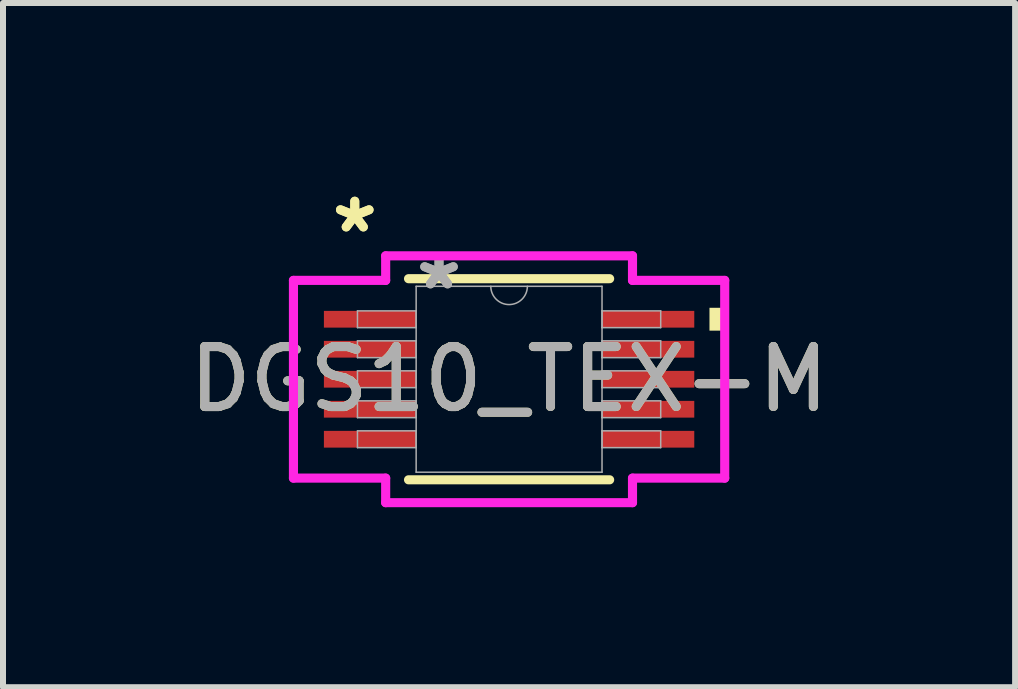
<source format=kicad_pcb>
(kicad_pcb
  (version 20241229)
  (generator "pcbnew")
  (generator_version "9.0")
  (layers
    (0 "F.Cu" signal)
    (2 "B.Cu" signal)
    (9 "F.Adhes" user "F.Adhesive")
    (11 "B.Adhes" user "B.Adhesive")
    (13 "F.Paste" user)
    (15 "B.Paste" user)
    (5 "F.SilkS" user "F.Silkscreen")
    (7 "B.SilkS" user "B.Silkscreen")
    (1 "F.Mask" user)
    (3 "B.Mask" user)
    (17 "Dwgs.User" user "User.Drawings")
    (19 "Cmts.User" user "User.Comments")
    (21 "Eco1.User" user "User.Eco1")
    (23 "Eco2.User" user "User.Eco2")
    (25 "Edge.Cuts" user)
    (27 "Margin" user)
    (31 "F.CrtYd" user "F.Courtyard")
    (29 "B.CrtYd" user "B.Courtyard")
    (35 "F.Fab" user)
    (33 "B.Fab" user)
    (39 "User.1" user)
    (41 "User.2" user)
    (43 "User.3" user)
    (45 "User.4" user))
  (footprint "DGS10_TEX-M"
    (layer "F.Cu")
    (at 5.435 3.271)
    (property "Reference" "DGS10_TEX-M" (at 0 0 0) (unlocked yes) (layer "F.SilkS") (effects (font (size 1 1) (thickness 0.15))))
    (attr smd)
    (fp_line (start -1.676 1.676) (end 1.676 1.676) (stroke (width 0.152) (type solid)) (layer "F.SilkS"))
    (fp_line (start 1.676 -1.676) (end -1.676 -1.676) (stroke (width 0.152) (type solid)) (layer "F.SilkS"))
    (fp_poly (pts (xy 3.594 -1.191) (xy 3.594 -0.81) (xy 3.34 -0.81) (xy 3.34 -1.191)) (stroke (width 0) (type solid)) (fill yes) (layer "F.SilkS"))
    (fp_line (start -3.594 -1.648) (end -2.057 -1.648) (stroke (width 0.152) (type solid)) (layer "F.CrtYd"))
    (fp_line (start -3.594 1.648) (end -3.594 -1.648) (stroke (width 0.152) (type solid)) (layer "F.CrtYd"))
    (fp_line (start -3.594 1.648) (end -2.057 1.648) (stroke (width 0.152) (type solid)) (layer "F.CrtYd"))
    (fp_line (start -2.057 -2.057) (end 2.057 -2.057) (stroke (width 0.152) (type solid)) (layer "F.CrtYd"))
    (fp_line (start -2.057 -1.648) (end -2.057 -2.057) (stroke (width 0.152) (type solid)) (layer "F.CrtYd"))
    (fp_line (start -2.057 2.057) (end -2.057 1.648) (stroke (width 0.152) (type solid)) (layer "F.CrtYd"))
    (fp_line (start 2.057 -2.057) (end 2.057 -1.648) (stroke (width 0.152) (type solid)) (layer "F.CrtYd"))
    (fp_line (start 2.057 1.648) (end 2.057 2.057) (stroke (width 0.152) (type solid)) (layer "F.CrtYd"))
    (fp_line (start 2.057 2.057) (end -2.057 2.057) (stroke (width 0.152) (type solid)) (layer "F.CrtYd"))
    (fp_line (start 3.594 -1.648) (end 2.057 -1.648) (stroke (width 0.152) (type solid)) (layer "F.CrtYd"))
    (fp_line (start 3.594 -1.648) (end 3.594 1.648) (stroke (width 0.152) (type solid)) (layer "F.CrtYd"))
    (fp_line (start 3.594 1.648) (end 2.057 1.648) (stroke (width 0.152) (type solid)) (layer "F.CrtYd"))
    (fp_line (start -2.527 -1.14) (end -2.527 -0.86) (stroke (width 0.025) (type solid)) (layer "F.Fab"))
    (fp_line (start -2.527 -0.86) (end -1.549 -0.86) (stroke (width 0.025) (type solid)) (layer "F.Fab"))
    (fp_line (start -2.527 -0.64) (end -2.527 -0.36) (stroke (width 0.025) (type solid)) (layer "F.Fab"))
    (fp_line (start -2.527 -0.36) (end -1.549 -0.36) (stroke (width 0.025) (type solid)) (layer "F.Fab"))
    (fp_line (start -2.527 -0.14) (end -2.527 0.14) (stroke (width 0.025) (type solid)) (layer "F.Fab"))
    (fp_line (start -2.527 0.14) (end -1.549 0.14) (stroke (width 0.025) (type solid)) (layer "F.Fab"))
    (fp_line (start -2.527 0.36) (end -2.527 0.64) (stroke (width 0.025) (type solid)) (layer "F.Fab"))
    (fp_line (start -2.527 0.64) (end -1.549 0.64) (stroke (width 0.025) (type solid)) (layer "F.Fab"))
    (fp_line (start -2.527 0.86) (end -2.527 1.14) (stroke (width 0.025) (type solid)) (layer "F.Fab"))
    (fp_line (start -2.527 1.14) (end -1.549 1.14) (stroke (width 0.025) (type solid)) (layer "F.Fab"))
    (fp_line (start -1.549 -1.549) (end -1.549 1.549) (stroke (width 0.025) (type solid)) (layer "F.Fab"))
    (fp_line (start -1.549 -1.14) (end -2.527 -1.14) (stroke (width 0.025) (type solid)) (layer "F.Fab"))
    (fp_line (start -1.549 -0.86) (end -1.549 -1.14) (stroke (width 0.025) (type solid)) (layer "F.Fab"))
    (fp_line (start -1.549 -0.64) (end -2.527 -0.64) (stroke (width 0.025) (type solid)) (layer "F.Fab"))
    (fp_line (start -1.549 -0.36) (end -1.549 -0.64) (stroke (width 0.025) (type solid)) (layer "F.Fab"))
    (fp_line (start -1.549 -0.14) (end -2.527 -0.14) (stroke (width 0.025) (type solid)) (layer "F.Fab"))
    (fp_line (start -1.549 0.14) (end -1.549 -0.14) (stroke (width 0.025) (type solid)) (layer "F.Fab"))
    (fp_line (start -1.549 0.36) (end -2.527 0.36) (stroke (width 0.025) (type solid)) (layer "F.Fab"))
    (fp_line (start -1.549 0.64) (end -1.549 0.36) (stroke (width 0.025) (type solid)) (layer "F.Fab"))
    (fp_line (start -1.549 0.86) (end -2.527 0.86) (stroke (width 0.025) (type solid)) (layer "F.Fab"))
    (fp_line (start -1.549 1.14) (end -1.549 0.86) (stroke (width 0.025) (type solid)) (layer "F.Fab"))
    (fp_line (start -1.549 1.549) (end 1.549 1.549) (stroke (width 0.025) (type solid)) (layer "F.Fab"))
    (fp_line (start 1.549 -1.549) (end -1.549 -1.549) (stroke (width 0.025) (type solid)) (layer "F.Fab"))
    (fp_line (start 1.549 -1.14) (end 1.549 -0.86) (stroke (width 0.025) (type solid)) (layer "F.Fab"))
    (fp_line (start 1.549 -0.86) (end 2.527 -0.86) (stroke (width 0.025) (type solid)) (layer "F.Fab"))
    (fp_line (start 1.549 -0.64) (end 1.549 -0.36) (stroke (width 0.025) (type solid)) (layer "F.Fab"))
    (fp_line (start 1.549 -0.36) (end 2.527 -0.36) (stroke (width 0.025) (type solid)) (layer "F.Fab"))
    (fp_line (start 1.549 -0.14) (end 1.549 0.14) (stroke (width 0.025) (type solid)) (layer "F.Fab"))
    (fp_line (start 1.549 0.14) (end 2.527 0.14) (stroke (width 0.025) (type solid)) (layer "F.Fab"))
    (fp_line (start 1.549 0.36) (end 1.549 0.64) (stroke (width 0.025) (type solid)) (layer "F.Fab"))
    (fp_line (start 1.549 0.64) (end 2.527 0.64) (stroke (width 0.025) (type solid)) (layer "F.Fab"))
    (fp_line (start 1.549 0.86) (end 1.549 1.14) (stroke (width 0.025) (type solid)) (layer "F.Fab"))
    (fp_line (start 1.549 1.14) (end 2.527 1.14) (stroke (width 0.025) (type solid)) (layer "F.Fab"))
    (fp_line (start 1.549 1.549) (end 1.549 -1.549) (stroke (width 0.025) (type solid)) (layer "F.Fab"))
    (fp_line (start 2.527 -1.14) (end 1.549 -1.14) (stroke (width 0.025) (type solid)) (layer "F.Fab"))
    (fp_line (start 2.527 -0.86) (end 2.527 -1.14) (stroke (width 0.025) (type solid)) (layer "F.Fab"))
    (fp_line (start 2.527 -0.64) (end 1.549 -0.64) (stroke (width 0.025) (type solid)) (layer "F.Fab"))
    (fp_line (start 2.527 -0.36) (end 2.527 -0.64) (stroke (width 0.025) (type solid)) (layer "F.Fab"))
    (fp_line (start 2.527 -0.14) (end 1.549 -0.14) (stroke (width 0.025) (type solid)) (layer "F.Fab"))
    (fp_line (start 2.527 0.14) (end 2.527 -0.14) (stroke (width 0.025) (type solid)) (layer "F.Fab"))
    (fp_line (start 2.527 0.36) (end 1.549 0.36) (stroke (width 0.025) (type solid)) (layer "F.Fab"))
    (fp_line (start 2.527 0.64) (end 2.527 0.36) (stroke (width 0.025) (type solid)) (layer "F.Fab"))
    (fp_line (start 2.527 0.86) (end 1.549 0.86) (stroke (width 0.025) (type solid)) (layer "F.Fab"))
    (fp_line (start 2.527 1.14) (end 2.527 0.86) (stroke (width 0.025) (type solid)) (layer "F.Fab"))
    (fp_arc (start 0.3048 -1.5494) (mid 0 -1.2446) (end -0.3048 -1.5494) (stroke (width 0.0254) (type solid)) (layer "F.Fab"))
    (fp_text user "*" (at -2.572 -2.422 0) (unlocked yes) (layer "F.SilkS") (effects (font (size 1 1) (thickness 0.15))))
    (fp_text user "*" (at -2.572 -2.422 0) (layer "F.SilkS") (effects (font (size 1 1) (thickness 0.15))))
    (fp_text user "*" (at -1.168 -1.473 0) (layer "F.Fab") (effects (font (size 1 1) (thickness 0.15))))
    (fp_text user "${REFERENCE}" (at 0 0 0) (unlocked yes) (layer "F.Fab") (effects (font (size 1 1) (thickness 0.15))))
    (fp_text user "*" (at -1.168 -1.473 0) (unlocked yes) (layer "F.Fab") (effects (font (size 1 1) (thickness 0.15))))
    (pad "1" smd rect (at -2.318 -1) (size 1.537 0.279) (layers "F.Cu" "F.Mask" "F.Paste"))
    (pad "2" smd rect (at -2.318 -0.5) (size 1.537 0.279) (layers "F.Cu" "F.Mask" "F.Paste"))
    (pad "3" smd rect (at -2.318 0) (size 1.537 0.279) (layers "F.Cu" "F.Mask" "F.Paste"))
    (pad "4" smd rect (at -2.318 0.5) (size 1.537 0.279) (layers "F.Cu" "F.Mask" "F.Paste"))
    (pad "5" smd rect (at -2.318 1) (size 1.537 0.279) (layers "F.Cu" "F.Mask" "F.Paste"))
    (pad "6" smd rect (at 2.318 1) (size 1.537 0.279) (layers "F.Cu" "F.Mask" "F.Paste"))
    (pad "7" smd rect (at 2.318 0.5) (size 1.537 0.279) (layers "F.Cu" "F.Mask" "F.Paste"))
    (pad "8" smd rect (at 2.318 0) (size 1.537 0.279) (layers "F.Cu" "F.Mask" "F.Paste"))
    (pad "9" smd rect (at 2.318 -0.5) (size 1.537 0.279) (layers "F.Cu" "F.Mask" "F.Paste"))
    (pad "10" smd rect (at 2.318 -1) (size 1.537 0.279) (layers "F.Cu" "F.Mask" "F.Paste")))
  (gr_rect
    (start -3 -3)
    (end 13.869 8.404)
    (stroke (width 0.1) (type default))
    (fill no)
    (layer "Edge.Cuts")))
</source>
